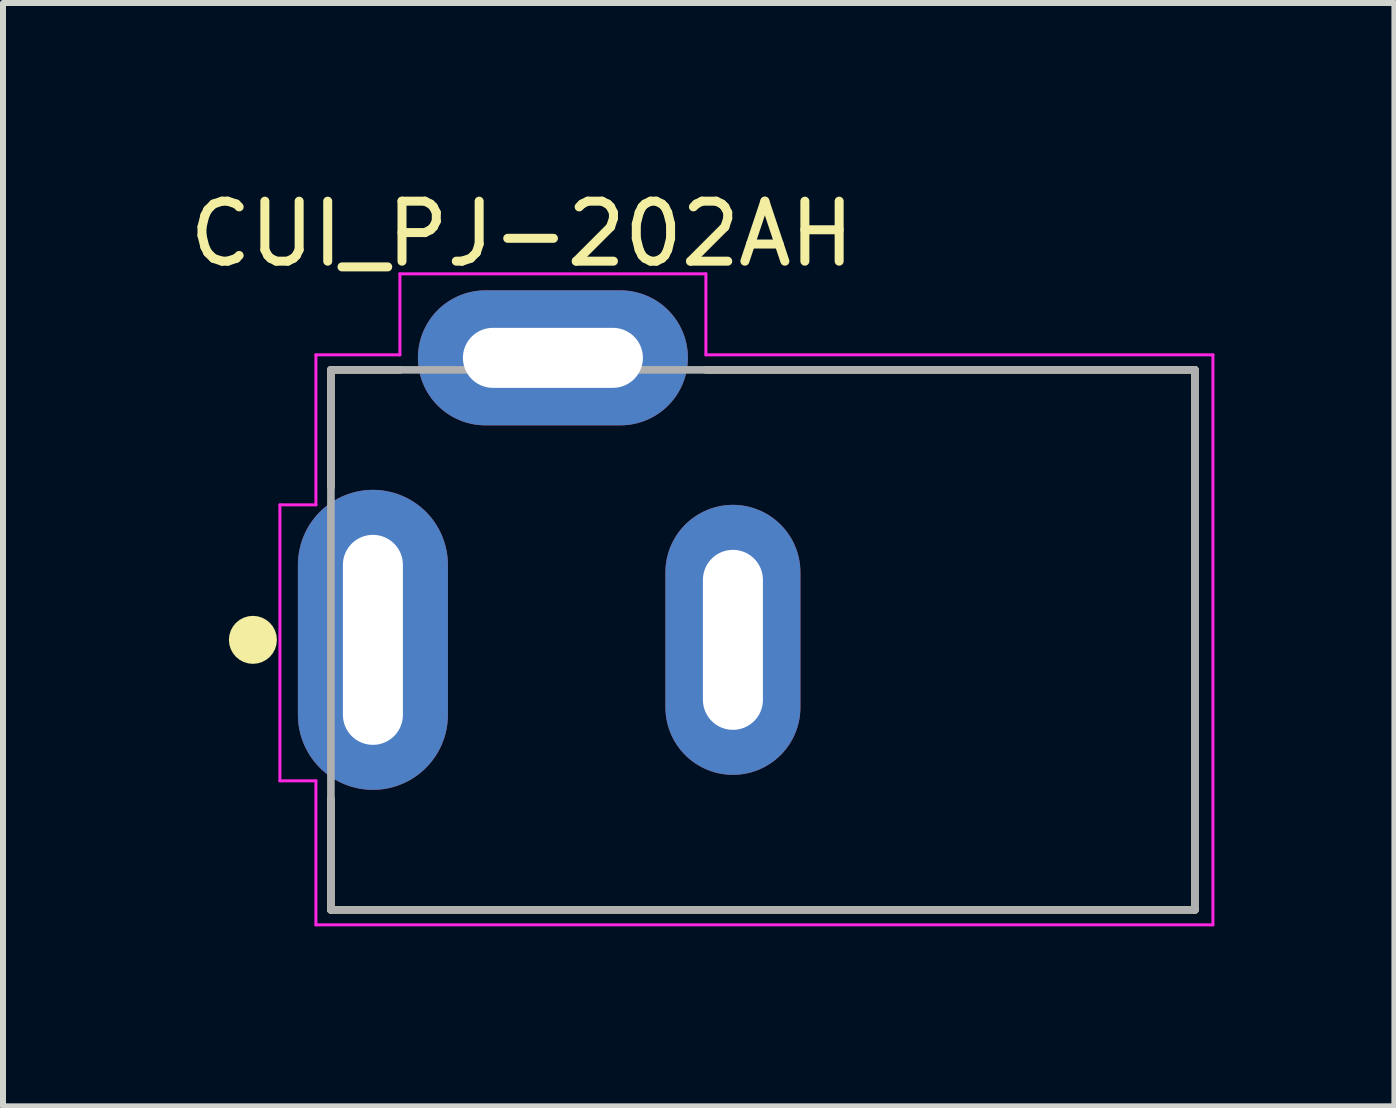
<source format=kicad_pcb>
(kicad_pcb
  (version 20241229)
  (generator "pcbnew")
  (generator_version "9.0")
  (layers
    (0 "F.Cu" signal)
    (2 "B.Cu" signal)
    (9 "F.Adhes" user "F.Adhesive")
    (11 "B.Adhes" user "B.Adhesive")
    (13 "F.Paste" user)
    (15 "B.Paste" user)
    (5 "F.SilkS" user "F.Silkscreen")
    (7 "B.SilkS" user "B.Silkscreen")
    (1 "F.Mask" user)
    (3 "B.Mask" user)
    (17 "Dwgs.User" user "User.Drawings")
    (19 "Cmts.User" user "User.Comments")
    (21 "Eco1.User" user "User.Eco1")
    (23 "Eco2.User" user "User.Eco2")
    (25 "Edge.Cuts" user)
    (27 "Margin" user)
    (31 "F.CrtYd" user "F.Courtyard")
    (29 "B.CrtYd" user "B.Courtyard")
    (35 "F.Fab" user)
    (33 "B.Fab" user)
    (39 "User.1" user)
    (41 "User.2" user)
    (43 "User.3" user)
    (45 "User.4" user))
  (footprint "CUI_PJ-202AH"
    (layer "F.Cu")
    (at 9.665 7.614)
    (property "Reference" "CUI_PJ-202AH" (at -4.015 -6.766 0) (layer "F.SilkS") (effects (font (size 1 1) (thickness 0.15))))
    (attr through_hole)
    (fp_line (start -7.2 -4.5) (end -6.05 -4.5) (stroke (width 0.127) (type solid)) (layer "F.SilkS"))
    (fp_line (start -7.2 -2.55) (end -7.2 -4.5) (stroke (width 0.127) (type solid)) (layer "F.SilkS"))
    (fp_line (start -7.2 4.5) (end -7.2 2.65) (stroke (width 0.127) (type solid)) (layer "F.SilkS"))
    (fp_line (start -0.95 -4.5) (end 7.2 -4.5) (stroke (width 0.127) (type solid)) (layer "F.SilkS"))
    (fp_line (start 7.2 -4.5) (end 7.2 4.5) (stroke (width 0.127) (type solid)) (layer "F.SilkS"))
    (fp_line (start 7.2 4.5) (end -7.2 4.5) (stroke (width 0.127) (type solid)) (layer "F.SilkS"))
    (fp_circle (center -8.5 0) (end -8.3 0) (stroke (width 0.4) (type solid)) (fill no) (layer "F.SilkS"))
    (fp_line (start -8.05 -2.25) (end -8.05 2.35) (stroke (width 0.05) (type solid)) (layer "F.CrtYd"))
    (fp_line (start -8.05 2.35) (end -7.45 2.35) (stroke (width 0.05) (type solid)) (layer "F.CrtYd"))
    (fp_line (start -7.45 -4.75) (end -6.05 -4.75) (stroke (width 0.05) (type solid)) (layer "F.CrtYd"))
    (fp_line (start -7.45 -2.25) (end -8.05 -2.25) (stroke (width 0.05) (type solid)) (layer "F.CrtYd"))
    (fp_line (start -7.45 -2.25) (end -7.45 -4.75) (stroke (width 0.05) (type solid)) (layer "F.CrtYd"))
    (fp_line (start -7.45 4.75) (end -7.45 2.35) (stroke (width 0.05) (type solid)) (layer "F.CrtYd"))
    (fp_line (start -6.05 -6.1) (end -0.95 -6.1) (stroke (width 0.05) (type solid)) (layer "F.CrtYd"))
    (fp_line (start -6.05 -4.75) (end -6.05 -6.1) (stroke (width 0.05) (type solid)) (layer "F.CrtYd"))
    (fp_line (start -0.95 -6.1) (end -0.95 -4.75) (stroke (width 0.05) (type solid)) (layer "F.CrtYd"))
    (fp_line (start -0.95 -4.75) (end 7.5 -4.75) (stroke (width 0.05) (type solid)) (layer "F.CrtYd"))
    (fp_line (start 7.5 -4.75) (end 7.5 4.75) (stroke (width 0.05) (type solid)) (layer "F.CrtYd"))
    (fp_line (start 7.5 4.75) (end -7.45 4.75) (stroke (width 0.05) (type solid)) (layer "F.CrtYd"))
    (fp_line (start -7.2 -4.5) (end 7.2 -4.5) (stroke (width 0.127) (type solid)) (layer "F.Fab"))
    (fp_line (start -7.2 4.5) (end -7.2 -4.5) (stroke (width 0.127) (type solid)) (layer "F.Fab"))
    (fp_line (start 7.2 -4.5) (end 7.2 4.5) (stroke (width 0.127) (type solid)) (layer "F.Fab"))
    (fp_line (start 7.2 4.5) (end -7.2 4.5) (stroke (width 0.127) (type solid)) (layer "F.Fab"))
    (pad "1" thru_hole oval (at -6.5 0) (size 2.5 5) (drill oval 1 3.5) (layers "*.Cu" "*.Mask"))
    (pad "2" thru_hole oval (at -0.5 0) (size 2.25 4.5) (drill oval 1 3) (layers "*.Cu" "*.Mask"))
    (pad "3" thru_hole oval (at -3.5 -4.7) (size 4.5 2.25) (drill oval 3 1) (layers "*.Cu" "*.Mask")))
  (gr_rect
    (start -3 -3)
    (end 20.19 15.389)
    (stroke (width 0.1) (type default))
    (fill no)
    (layer "Edge.Cuts")))
</source>
